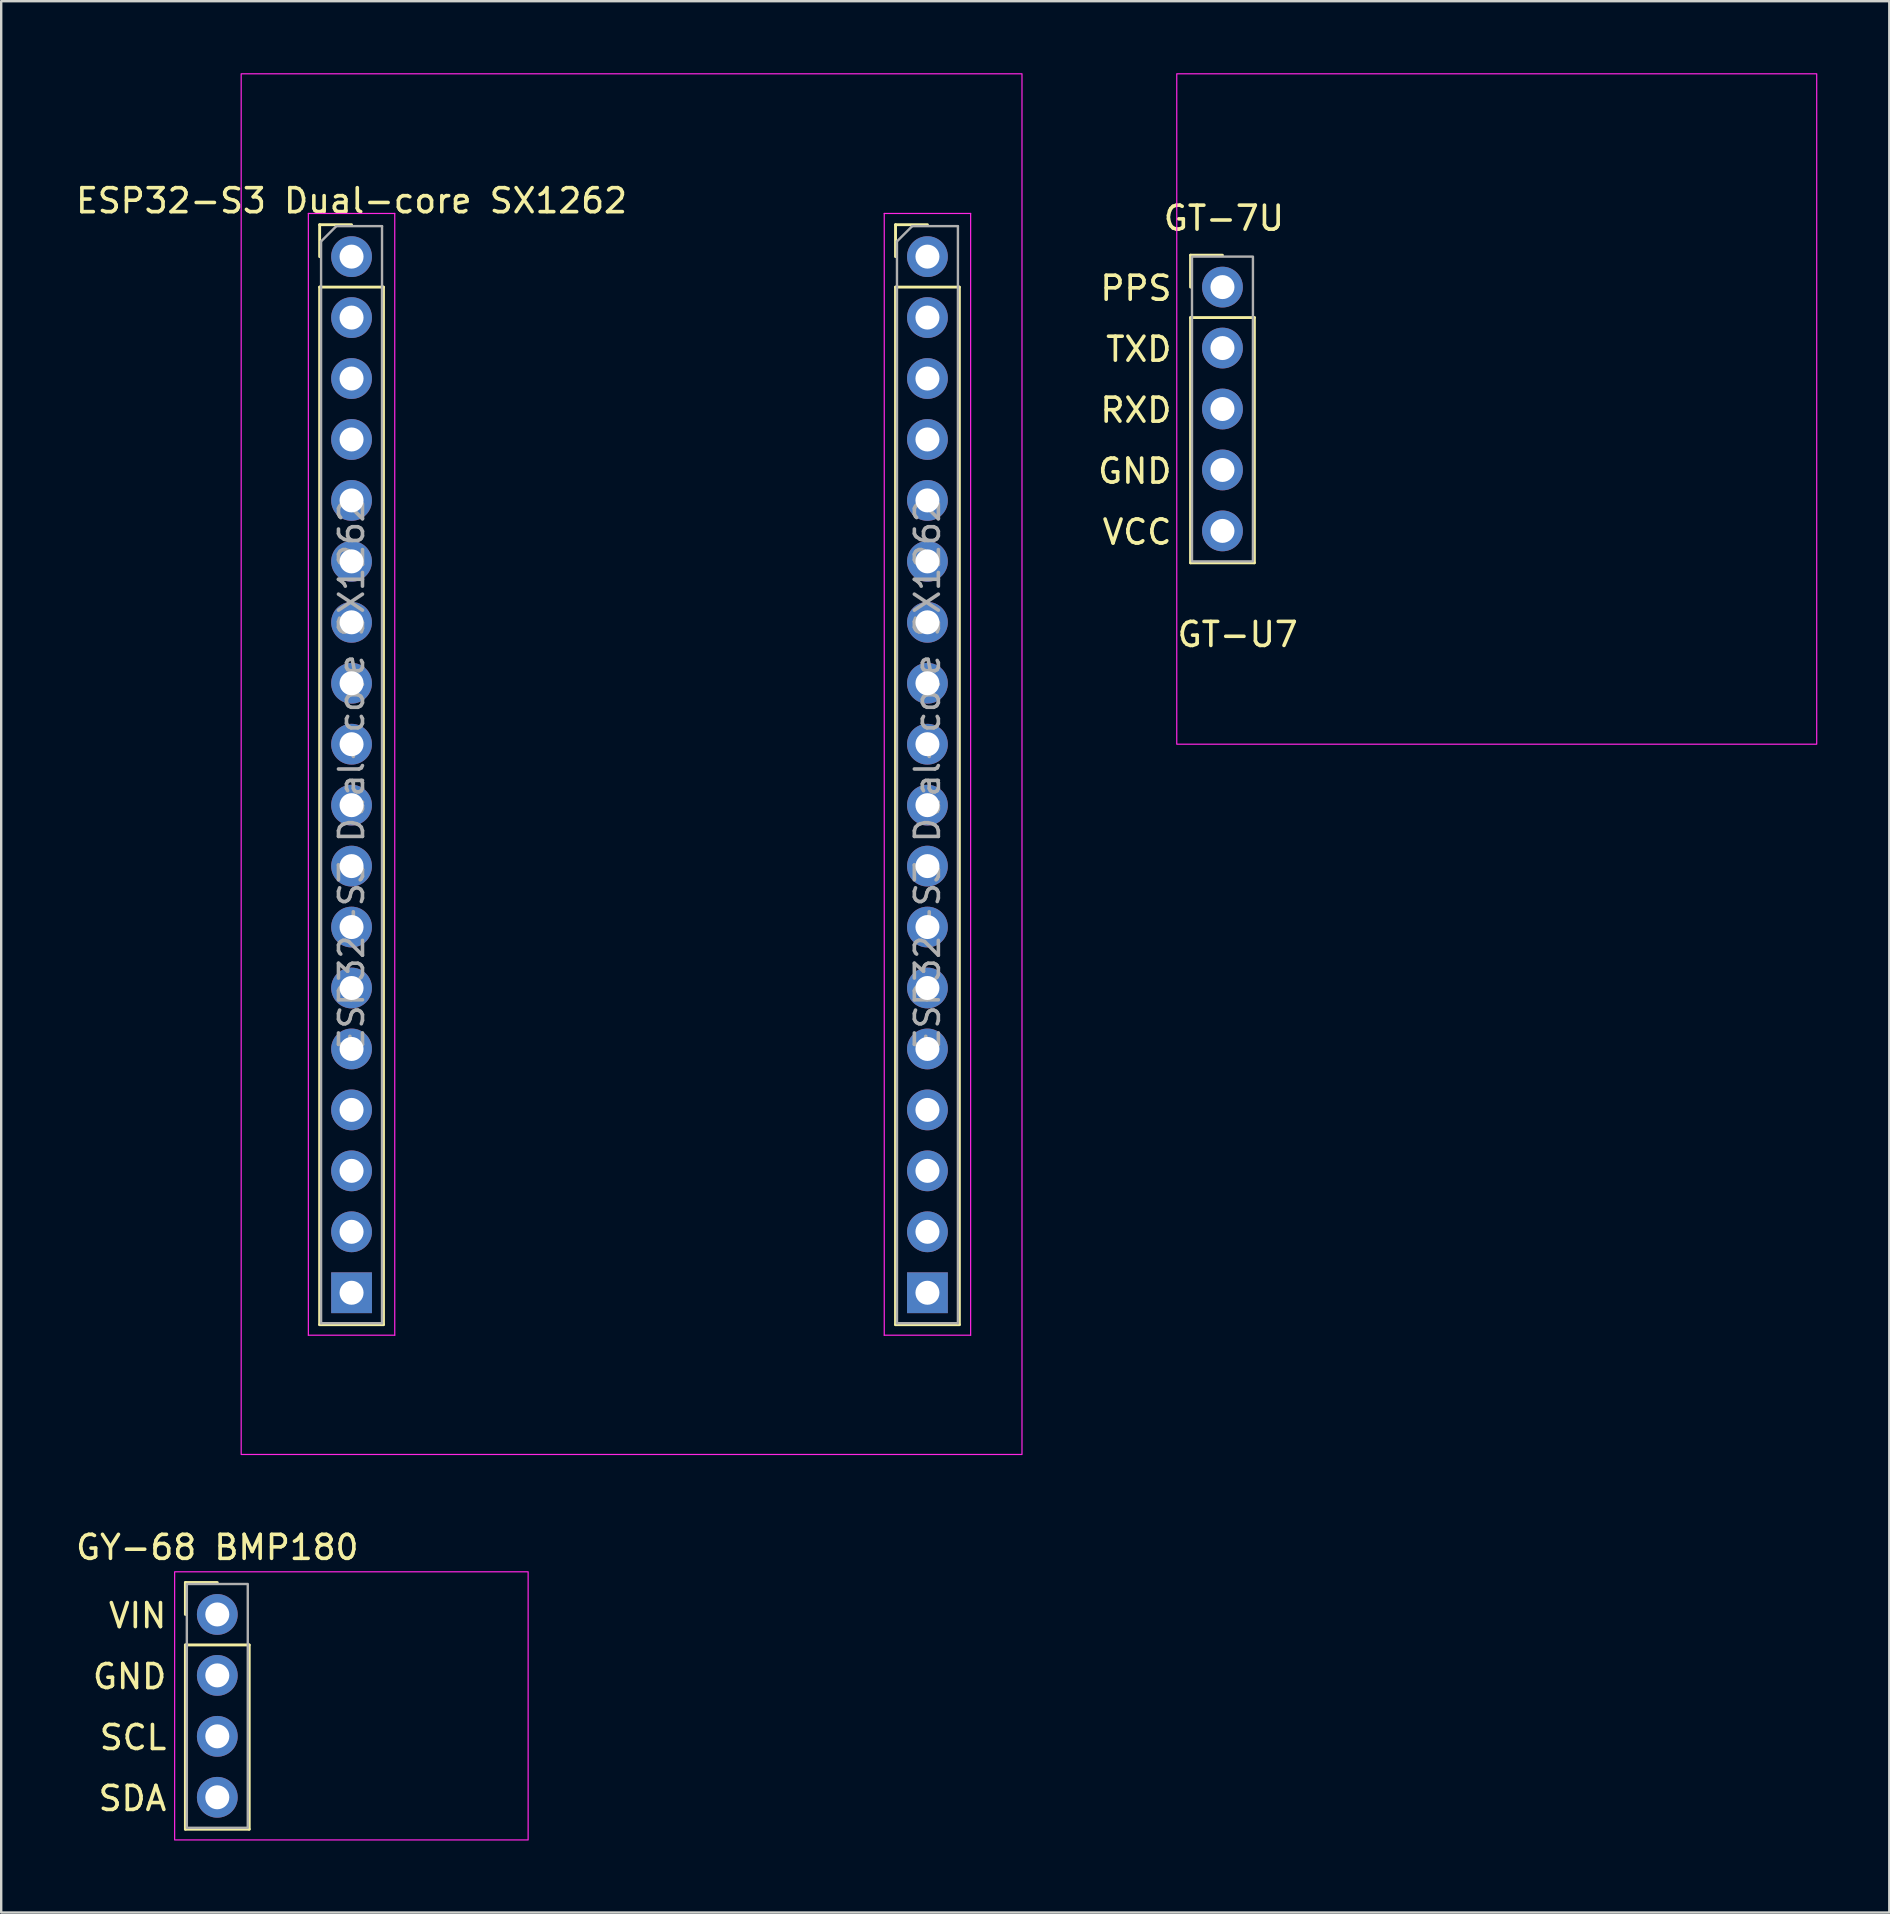
<source format=kicad_pcb>
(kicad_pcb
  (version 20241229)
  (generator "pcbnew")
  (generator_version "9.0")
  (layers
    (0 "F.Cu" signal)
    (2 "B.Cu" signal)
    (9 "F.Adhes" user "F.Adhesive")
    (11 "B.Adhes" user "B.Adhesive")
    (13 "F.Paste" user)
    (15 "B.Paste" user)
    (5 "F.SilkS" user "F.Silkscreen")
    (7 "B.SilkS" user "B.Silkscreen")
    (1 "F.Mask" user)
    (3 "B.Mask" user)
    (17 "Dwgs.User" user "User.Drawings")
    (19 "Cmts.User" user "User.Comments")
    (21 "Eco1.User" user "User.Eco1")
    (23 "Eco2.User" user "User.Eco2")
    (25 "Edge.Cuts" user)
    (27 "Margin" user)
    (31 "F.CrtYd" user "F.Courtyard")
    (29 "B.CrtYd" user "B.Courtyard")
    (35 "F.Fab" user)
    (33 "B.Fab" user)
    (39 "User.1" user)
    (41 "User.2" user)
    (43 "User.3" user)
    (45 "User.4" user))
  (footprint "ESP32-S3 Dual-core SX1262"
    (layer "F.Cu")
    (at 11.601 7.645)
    (property "Reference" "ESP32-S3 Dual-core SX1262" (at 0 -2.33 0) (layer "F.SilkS") (effects (font (size 1 1) (thickness 0.15))))
    (attr through_hole)
    (fp_line (start -1.33 -1.33) (end 0 -1.33) (stroke (width 0.12) (type solid)) (layer "F.SilkS"))
    (fp_line (start -1.33 0) (end -1.33 -1.33) (stroke (width 0.12) (type solid)) (layer "F.SilkS"))
    (fp_line (start -1.33 1.27) (end -1.33 44.51) (stroke (width 0.12) (type solid)) (layer "F.SilkS"))
    (fp_line (start -1.33 1.27) (end 1.33 1.27) (stroke (width 0.12) (type solid)) (layer "F.SilkS"))
    (fp_line (start -1.33 44.51) (end 1.33 44.51) (stroke (width 0.12) (type solid)) (layer "F.SilkS"))
    (fp_line (start 1.33 1.27) (end 1.33 44.51) (stroke (width 0.12) (type solid)) (layer "F.SilkS"))
    (fp_line (start 22.67 -1.33) (end 24 -1.33) (stroke (width 0.12) (type solid)) (layer "F.SilkS"))
    (fp_line (start 22.67 0) (end 22.67 -1.33) (stroke (width 0.12) (type solid)) (layer "F.SilkS"))
    (fp_line (start 22.67 1.27) (end 22.67 44.51) (stroke (width 0.12) (type solid)) (layer "F.SilkS"))
    (fp_line (start 22.67 1.27) (end 25.33 1.27) (stroke (width 0.12) (type solid)) (layer "F.SilkS"))
    (fp_line (start 22.67 44.51) (end 25.33 44.51) (stroke (width 0.12) (type solid)) (layer "F.SilkS"))
    (fp_line (start 25.33 1.27) (end 25.33 44.51) (stroke (width 0.12) (type solid)) (layer "F.SilkS"))
    (fp_line (start -1.8 -1.8) (end -1.8 44.95) (stroke (width 0.05) (type solid)) (layer "F.CrtYd"))
    (fp_line (start -1.8 44.95) (end 1.8 44.95) (stroke (width 0.05) (type solid)) (layer "F.CrtYd"))
    (fp_line (start 1.8 -1.8) (end -1.8 -1.8) (stroke (width 0.05) (type solid)) (layer "F.CrtYd"))
    (fp_line (start 1.8 44.95) (end 1.8 -1.8) (stroke (width 0.05) (type solid)) (layer "F.CrtYd"))
    (fp_line (start 22.2 -1.8) (end 22.2 44.95) (stroke (width 0.05) (type solid)) (layer "F.CrtYd"))
    (fp_line (start 22.2 44.95) (end 25.8 44.95) (stroke (width 0.05) (type solid)) (layer "F.CrtYd"))
    (fp_line (start 25.8 -1.8) (end 22.2 -1.8) (stroke (width 0.05) (type solid)) (layer "F.CrtYd"))
    (fp_line (start 25.8 44.95) (end 25.8 -1.8) (stroke (width 0.05) (type solid)) (layer "F.CrtYd"))
    (fp_rect (start -4.6 -7.62) (end 27.94 49.92) (stroke (width 0.05) (type default)) (fill no) (layer "F.CrtYd"))
    (fp_line (start -1.27 -0.635) (end -0.635 -1.27) (stroke (width 0.1) (type solid)) (layer "F.Fab"))
    (fp_line (start -1.27 44.45) (end -1.27 -0.635) (stroke (width 0.1) (type solid)) (layer "F.Fab"))
    (fp_line (start -0.635 -1.27) (end 1.27 -1.27) (stroke (width 0.1) (type solid)) (layer "F.Fab"))
    (fp_line (start 1.27 -1.27) (end 1.27 44.45) (stroke (width 0.1) (type solid)) (layer "F.Fab"))
    (fp_line (start 1.27 44.45) (end -1.27 44.45) (stroke (width 0.1) (type solid)) (layer "F.Fab"))
    (fp_line (start 22.73 -0.635) (end 23.365 -1.27) (stroke (width 0.1) (type solid)) (layer "F.Fab"))
    (fp_line (start 22.73 44.45) (end 22.73 -0.635) (stroke (width 0.1) (type solid)) (layer "F.Fab"))
    (fp_line (start 23.365 -1.27) (end 25.27 -1.27) (stroke (width 0.1) (type solid)) (layer "F.Fab"))
    (fp_line (start 25.27 -1.27) (end 25.27 44.45) (stroke (width 0.1) (type solid)) (layer "F.Fab"))
    (fp_line (start 25.27 44.45) (end 22.73 44.45) (stroke (width 0.1) (type solid)) (layer "F.Fab"))
    (fp_text user "${REFERENCE}" (at 24 21.59 90) (layer "F.Fab") (effects (font (size 1 1) (thickness 0.15))))
    (fp_text user "${REFERENCE}" (at 0 21.59 90) (layer "F.Fab") (effects (font (size 1 1) (thickness 0.15))))
    (pad "1" thru_hole circle (at 0 0) (size 1.7 1.7) (drill 1) (layers "*.Cu" "*.Mask"))
    (pad "2" thru_hole oval (at 0 2.54) (size 1.7 1.7) (drill 1) (layers "*.Cu" "*.Mask"))
    (pad "3" thru_hole oval (at 0 5.08) (size 1.7 1.7) (drill 1) (layers "*.Cu" "*.Mask"))
    (pad "4" thru_hole oval (at 0 7.62) (size 1.7 1.7) (drill 1) (layers "*.Cu" "*.Mask"))
    (pad "5" thru_hole oval (at 0 10.16) (size 1.7 1.7) (drill 1) (layers "*.Cu" "*.Mask"))
    (pad "6" thru_hole oval (at 0 12.7) (size 1.7 1.7) (drill 1) (layers "*.Cu" "*.Mask"))
    (pad "7" thru_hole oval (at 0 15.24) (size 1.7 1.7) (drill 1) (layers "*.Cu" "*.Mask"))
    (pad "8" thru_hole oval (at 0 17.78) (size 1.7 1.7) (drill 1) (layers "*.Cu" "*.Mask"))
    (pad "9" thru_hole oval (at 0 20.32) (size 1.7 1.7) (drill 1) (layers "*.Cu" "*.Mask"))
    (pad "10" thru_hole oval (at 0 22.86) (size 1.7 1.7) (drill 1) (layers "*.Cu" "*.Mask"))
    (pad "11" thru_hole oval (at 0 25.4) (size 1.7 1.7) (drill 1) (layers "*.Cu" "*.Mask"))
    (pad "12" thru_hole oval (at 0 27.94) (size 1.7 1.7) (drill 1) (layers "*.Cu" "*.Mask"))
    (pad "13" thru_hole oval (at 0 30.48) (size 1.7 1.7) (drill 1) (layers "*.Cu" "*.Mask"))
    (pad "14" thru_hole oval (at 0 33.02) (size 1.7 1.7) (drill 1) (layers "*.Cu" "*.Mask"))
    (pad "15" thru_hole oval (at 0 35.56) (size 1.7 1.7) (drill 1) (layers "*.Cu" "*.Mask"))
    (pad "16" thru_hole oval (at 0 38.1) (size 1.7 1.7) (drill 1) (layers "*.Cu" "*.Mask"))
    (pad "17" thru_hole oval (at 0 40.64) (size 1.7 1.7) (drill 1) (layers "*.Cu" "*.Mask"))
    (pad "18" thru_hole rect (at 0 43.18) (size 1.7 1.7) (drill 1) (layers "*.Cu" "*.Mask"))
    (pad "19" thru_hole rect (at 24 43.18) (size 1.7 1.7) (drill 1) (layers "*.Cu" "*.Mask"))
    (pad "20" thru_hole oval (at 24 40.64) (size 1.7 1.7) (drill 1) (layers "*.Cu" "*.Mask"))
    (pad "21" thru_hole oval (at 24 38.1) (size 1.7 1.7) (drill 1) (layers "*.Cu" "*.Mask"))
    (pad "22" thru_hole oval (at 24 35.56) (size 1.7 1.7) (drill 1) (layers "*.Cu" "*.Mask"))
    (pad "23" thru_hole oval (at 24 33.02) (size 1.7 1.7) (drill 1) (layers "*.Cu" "*.Mask"))
    (pad "24" thru_hole oval (at 24 30.48) (size 1.7 1.7) (drill 1) (layers "*.Cu" "*.Mask"))
    (pad "25" thru_hole oval (at 24 27.94) (size 1.7 1.7) (drill 1) (layers "*.Cu" "*.Mask"))
    (pad "26" thru_hole oval (at 24 25.4) (size 1.7 1.7) (drill 1) (layers "*.Cu" "*.Mask"))
    (pad "27" thru_hole oval (at 24 22.86) (size 1.7 1.7) (drill 1) (layers "*.Cu" "*.Mask"))
    (pad "28" thru_hole oval (at 24 20.32) (size 1.7 1.7) (drill 1) (layers "*.Cu" "*.Mask"))
    (pad "29" thru_hole oval (at 24 17.78) (size 1.7 1.7) (drill 1) (layers "*.Cu" "*.Mask"))
    (pad "30" thru_hole oval (at 24 15.24) (size 1.7 1.7) (drill 1) (layers "*.Cu" "*.Mask"))
    (pad "31" thru_hole oval (at 24 12.7) (size 1.7 1.7) (drill 1) (layers "*.Cu" "*.Mask"))
    (pad "32" thru_hole oval (at 24 10.16) (size 1.7 1.7) (drill 1) (layers "*.Cu" "*.Mask"))
    (pad "33" thru_hole oval (at 24 7.62) (size 1.7 1.7) (drill 1) (layers "*.Cu" "*.Mask"))
    (pad "34" thru_hole oval (at 24 5.08) (size 1.7 1.7) (drill 1) (layers "*.Cu" "*.Mask"))
    (pad "35" thru_hole oval (at 24 2.54) (size 1.7 1.7) (drill 1) (layers "*.Cu" "*.Mask"))
    (pad "36" thru_hole circle (at 24 0) (size 1.7 1.7) (drill 1) (layers "*.Cu" "*.Mask")))
  (footprint "GT-U7"
    (layer "F.Cu")
    (at 47.896 8.915)
    (property "Reference" "GT-U7" (at 0.635 14.478 0) (layer "F.SilkS") (effects (font (size 1 1) (thickness 0.15))))
    (attr through_hole)
    (fp_line (start -1.33 -1.33) (end 0 -1.33) (stroke (width 0.12) (type solid)) (layer "F.SilkS"))
    (fp_line (start -1.33 0) (end -1.33 -1.33) (stroke (width 0.12) (type solid)) (layer "F.SilkS"))
    (fp_line (start -1.33 1.27) (end -1.33 11.49) (stroke (width 0.12) (type solid)) (layer "F.SilkS"))
    (fp_line (start -1.33 1.27) (end 1.33 1.27) (stroke (width 0.12) (type solid)) (layer "F.SilkS"))
    (fp_line (start -1.33 11.49) (end 1.33 11.49) (stroke (width 0.12) (type solid)) (layer "F.SilkS"))
    (fp_line (start 1.33 1.27) (end 1.33 11.49) (stroke (width 0.12) (type solid)) (layer "F.SilkS"))
    (fp_rect (start -1.905 -8.89) (end 24.765 19.05) (stroke (width 0.05) (type default)) (fill no) (layer "F.CrtYd"))
    (fp_rect (start -1.27 -1.27) (end 1.27 11.43) (stroke (width 0.1) (type default)) (fill no) (layer "F.Fab"))
    (fp_text user "VCC" (at -2.032 10.795 0) (unlocked yes) (layer "F.SilkS") (effects (font (size 1 1) (thickness 0.15)) (justify right bottom)))
    (fp_text user "GT-7U" (at -2.54 -2.286 0) (unlocked yes) (layer "F.SilkS") (effects (font (size 1 1) (thickness 0.15)) (justify left bottom)))
    (fp_text user "TXD" (at -2.032 3.175 0) (unlocked yes) (layer "F.SilkS") (effects (font (size 1 1) (thickness 0.15)) (justify right bottom)))
    (fp_text user "PPS" (at -2.032 0.635 0) (unlocked yes) (layer "F.SilkS") (effects (font (size 1 1) (thickness 0.15)) (justify right bottom)))
    (fp_text user "GND" (at -2.032 8.255 0) (unlocked yes) (layer "F.SilkS") (effects (font (size 1 1) (thickness 0.15)) (justify right bottom)))
    (fp_text user "RXD" (at -2.032 5.715 0) (unlocked yes) (layer "F.SilkS") (effects (font (size 1 1) (thickness 0.15)) (justify right bottom)))
    (pad "1" thru_hole circle (at 0 0) (size 1.7 1.7) (drill 1) (layers "*.Cu" "*.Mask"))
    (pad "2" thru_hole oval (at 0 2.54) (size 1.7 1.7) (drill 1) (layers "*.Cu" "*.Mask"))
    (pad "3" thru_hole oval (at 0 5.08) (size 1.7 1.7) (drill 1) (layers "*.Cu" "*.Mask"))
    (pad "4" thru_hole oval (at 0 7.62) (size 1.7 1.7) (drill 1) (layers "*.Cu" "*.Mask"))
    (pad "5" thru_hole oval (at 0 10.16) (size 1.7 1.7) (drill 1) (layers "*.Cu" "*.Mask")))
  (footprint "GY-68 BMP180"
    (layer "F.Cu")
    (at 6.006 64.232)
    (property "Reference" "GY-68 BMP180" (at 0 -2.794 0) (layer "F.SilkS") (effects (font (size 1 1) (thickness 0.15))))
    (attr through_hole)
    (fp_line (start -1.33 -1.33) (end 0 -1.33) (stroke (width 0.12) (type solid)) (layer "F.SilkS"))
    (fp_line (start -1.33 0) (end -1.33 -1.33) (stroke (width 0.12) (type solid)) (layer "F.SilkS"))
    (fp_line (start -1.33 1.27) (end -1.33 8.95) (stroke (width 0.12) (type solid)) (layer "F.SilkS"))
    (fp_line (start -1.33 1.27) (end 1.33 1.27) (stroke (width 0.12) (type solid)) (layer "F.SilkS"))
    (fp_line (start -1.33 8.95) (end 1.33 8.95) (stroke (width 0.12) (type solid)) (layer "F.SilkS"))
    (fp_line (start 1.33 1.27) (end 1.33 8.95) (stroke (width 0.12) (type solid)) (layer "F.SilkS"))
    (fp_rect (start -1.778 -1.778) (end 12.954 9.398) (stroke (width 0.05) (type default)) (fill no) (layer "F.CrtYd"))
    (fp_rect (start -1.27 -1.27) (end 1.27 8.89) (stroke (width 0.1) (type default)) (fill no) (layer "F.Fab"))
    (fp_text user "SCL" (at -2.032 5.715 0) (unlocked yes) (layer "F.SilkS") (effects (font (size 1 1) (thickness 0.15)) (justify right bottom)))
    (fp_text user "VIN" (at -2.032 0.635 0) (unlocked yes) (layer "F.SilkS") (effects (font (size 1 1) (thickness 0.15)) (justify right bottom)))
    (fp_text user "SDA" (at -2.032 8.255 0) (unlocked yes) (layer "F.SilkS") (effects (font (size 1 1) (thickness 0.15)) (justify right bottom)))
    (fp_text user "GND" (at -2.032 3.175 0) (unlocked yes) (layer "F.SilkS") (effects (font (size 1 1) (thickness 0.15)) (justify right bottom)))
    (pad "1" thru_hole circle (at 0 0) (size 1.7 1.7) (drill 1) (layers "*.Cu" "*.Mask"))
    (pad "2" thru_hole oval (at 0 2.54) (size 1.7 1.7) (drill 1) (layers "*.Cu" "*.Mask"))
    (pad "3" thru_hole oval (at 0 5.08) (size 1.7 1.7) (drill 1) (layers "*.Cu" "*.Mask"))
    (pad "4" thru_hole oval (at 0 7.62) (size 1.7 1.7) (drill 1) (layers "*.Cu" "*.Mask")))
  (gr_rect
    (start -3 -3)
    (end 75.686 76.655)
    (stroke (width 0.1) (type default))
    (fill no)
    (layer "Edge.Cuts")))
</source>
